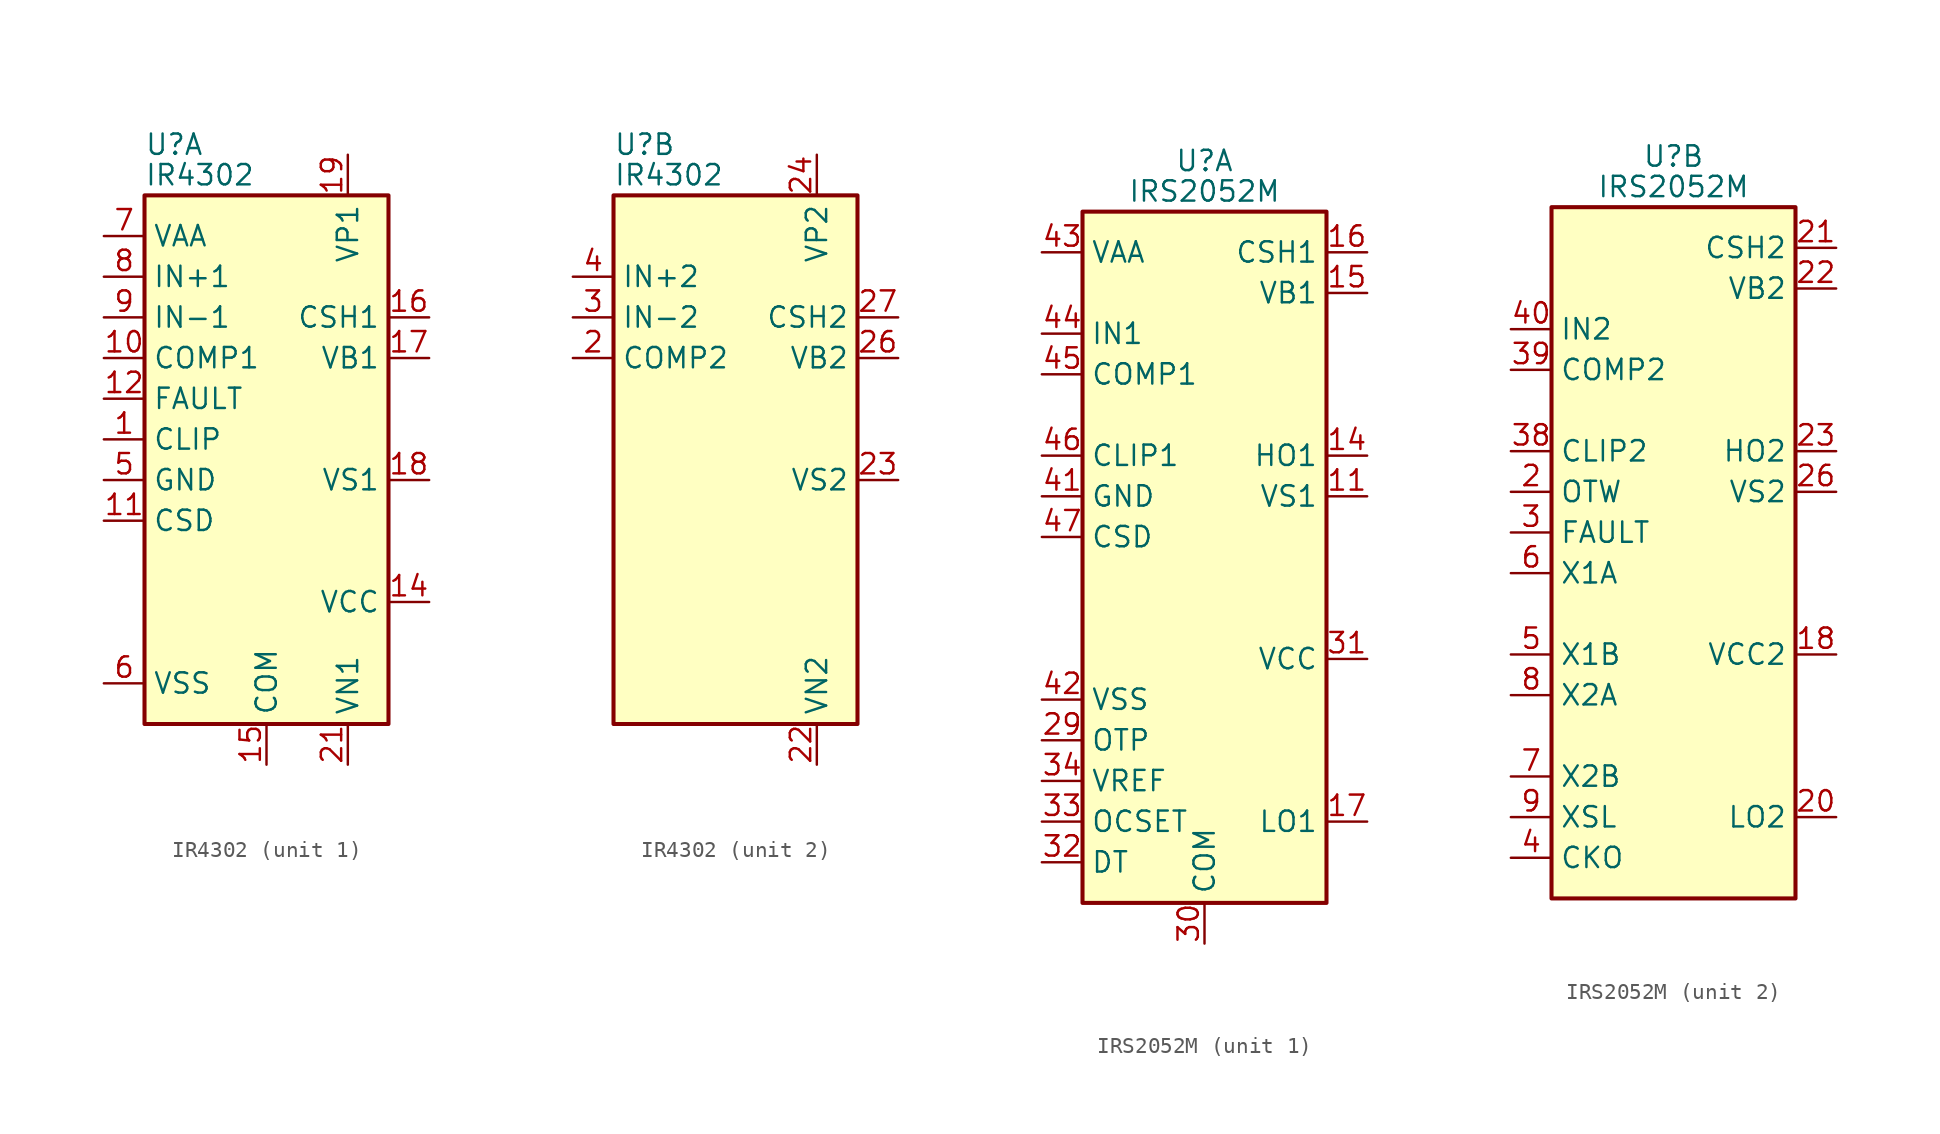
<source format=kicad_sym>
(kicad_symbol_lib
  (version 20201005)
  (generator kicad_symbol_editor)
  (symbol "Amplifier_Audio:IR4302"
    (property "Reference" "U"
      (at -7.62 20.955 0)
      (effects (font (size 1.27 1.27)) (justify left)))
    (property "Value" "IR4302"
      (at -7.62 19.05 0)
      (effects (font (size 1.27 1.27)) (justify left)))
    (property "ki_locked" ""
      (at 0 0 0)
      (effects (font (size 1.27 1.27))))
    (symbol "IR4302_0_1"
      (rectangle (start -7.62 -15.24) (end 7.62 17.78) (stroke (width 0.254)) (fill (type background))))
    (symbol "IR4302_1_1"
      (pin open_collector line (at -10.16 2.54 0) (length 2.54) (name "CLIP" (effects (font (size 1.27 1.27)))) (number "1" (effects (font (size 1.27 1.27)))))
      (pin output line (at -10.16 7.62 0) (length 2.54) (name "COMP1" (effects (font (size 1.27 1.27)))) (number "10" (effects (font (size 1.27 1.27)))))
      (pin passive line (at -10.16 -2.54 0) (length 2.54) (name "CSD" (effects (font (size 1.27 1.27)))) (number "11" (effects (font (size 1.27 1.27)))))
      (pin open_collector line (at -10.16 5.08 0) (length 2.54) (name "FAULT" (effects (font (size 1.27 1.27)))) (number "12" (effects (font (size 1.27 1.27)))))
      (pin no_connect line (at -7.62 -5.08 0) (length 2.54) hide (name "NC" (effects (font (size 1.27 1.27)))) (number "13" (effects (font (size 1.27 1.27)))))
      (pin power_in line (at 10.16 -7.62 180) (length 2.54) (name "VCC" (effects (font (size 1.27 1.27)))) (number "14" (effects (font (size 1.27 1.27)))))
      (pin power_in line (at 0 -17.78 90) (length 2.54) (name "COM" (effects (font (size 1.27 1.27)))) (number "15" (effects (font (size 1.27 1.27)))))
      (pin passive line (at 10.16 10.16 180) (length 2.54) (name "CSH1" (effects (font (size 1.27 1.27)))) (number "16" (effects (font (size 1.27 1.27)))))
      (pin power_in line (at 10.16 7.62 180) (length 2.54) (name "VB1" (effects (font (size 1.27 1.27)))) (number "17" (effects (font (size 1.27 1.27)))))
      (pin output line (at 10.16 0 180) (length 2.54) (name "VS1" (effects (font (size 1.27 1.27)))) (number "18" (effects (font (size 1.27 1.27)))))
      (pin power_in line (at 5.08 20.32 270) (length 2.54) (name "VP1" (effects (font (size 1.27 1.27)))) (number "19" (effects (font (size 1.27 1.27)))))
      (pin passive line (at 10.16 0 180) (length 2.54) hide (name "VS1" (effects (font (size 1.27 1.27)))) (number "20" (effects (font (size 1.27 1.27)))))
      (pin power_in line (at 5.08 -17.78 90) (length 2.54) (name "VN1" (effects (font (size 1.27 1.27)))) (number "21" (effects (font (size 1.27 1.27)))))
      (pin passive line (at 0 -17.78 90) (length 2.54) hide (name "COM" (effects (font (size 1.27 1.27)))) (number "28" (effects (font (size 1.27 1.27)))))
      (pin no_connect line (at -7.62 -7.62 0) (length 2.54) hide (name "NC" (effects (font (size 1.27 1.27)))) (number "29" (effects (font (size 1.27 1.27)))))
      (pin no_connect line (at -7.62 -10.16 0) (length 2.54) hide (name "NC" (effects (font (size 1.27 1.27)))) (number "30" (effects (font (size 1.27 1.27)))))
      (pin passive line (at 0 -17.78 90) (length 2.54) hide (name "COM" (effects (font (size 1.27 1.27)))) (number "31" (effects (font (size 1.27 1.27)))))
      (pin power_in line (at -10.16 0 0) (length 2.54) (name "GND" (effects (font (size 1.27 1.27)))) (number "5" (effects (font (size 1.27 1.27)))))
      (pin power_in line (at -10.16 -12.7 0) (length 2.54) (name "VSS" (effects (font (size 1.27 1.27)))) (number "6" (effects (font (size 1.27 1.27)))))
      (pin power_in line (at -10.16 15.24 0) (length 2.54) (name "VAA" (effects (font (size 1.27 1.27)))) (number "7" (effects (font (size 1.27 1.27)))))
      (pin input line (at -10.16 12.7 0) (length 2.54) (name "IN+1" (effects (font (size 1.27 1.27)))) (number "8" (effects (font (size 1.27 1.27)))))
      (pin input line (at -10.16 10.16 0) (length 2.54) (name "IN-1" (effects (font (size 1.27 1.27)))) (number "9" (effects (font (size 1.27 1.27))))))
    (symbol "IR4302_2_1"
      (pin output line (at -10.16 7.62 0) (length 2.54) (name "COMP2" (effects (font (size 1.27 1.27)))) (number "2" (effects (font (size 1.27 1.27)))))
      (pin power_in line (at 5.08 -17.78 90) (length 2.54) (name "VN2" (effects (font (size 1.27 1.27)))) (number "22" (effects (font (size 1.27 1.27)))))
      (pin output line (at 10.16 0 180) (length 2.54) (name "VS2" (effects (font (size 1.27 1.27)))) (number "23" (effects (font (size 1.27 1.27)))))
      (pin power_in line (at 5.08 20.32 270) (length 2.54) (name "VP2" (effects (font (size 1.27 1.27)))) (number "24" (effects (font (size 1.27 1.27)))))
      (pin passive line (at 10.16 0 180) (length 2.54) hide (name "VS2" (effects (font (size 1.27 1.27)))) (number "25" (effects (font (size 1.27 1.27)))))
      (pin power_in line (at 10.16 7.62 180) (length 2.54) (name "VB2" (effects (font (size 1.27 1.27)))) (number "26" (effects (font (size 1.27 1.27)))))
      (pin passive line (at 10.16 10.16 180) (length 2.54) (name "CSH2" (effects (font (size 1.27 1.27)))) (number "27" (effects (font (size 1.27 1.27)))))
      (pin input line (at -10.16 10.16 0) (length 2.54) (name "IN-2" (effects (font (size 1.27 1.27)))) (number "3" (effects (font (size 1.27 1.27)))))
      (pin input line (at -10.16 12.7 0) (length 2.54) (name "IN+2" (effects (font (size 1.27 1.27)))) (number "4" (effects (font (size 1.27 1.27)))))))
  (symbol "Amplifier_Audio:IRS2052M"
    (property "Reference" "U"
      (at 0 26.035 0)
      (effects (font (size 1.27 1.27))))
    (property "Value" "IRS2052M"
      (at 0 24.13 0)
      (effects (font (size 1.27 1.27))))
    (property "ki_locked" ""
      (at 0 0 0)
      (effects (font (size 1.27 1.27))))
    (symbol "IRS2052M_0_1"
      (rectangle (start -7.62 -20.32) (end 7.62 22.86) (stroke (width 0.254)) (fill (type background))))
    (symbol "IRS2052M_1_1"
      (pin no_connect line (at -7.62 17.78 0) (length 2.54) hide (name "NC" (effects (font (size 1.27 1.27)))) (number "1" (effects (font (size 1.27 1.27)))))
      (pin no_connect line (at -7.62 10.16 0) (length 2.54) hide (name "NC" (effects (font (size 1.27 1.27)))) (number "10" (effects (font (size 1.27 1.27)))))
      (pin passive line (at 10.16 5.08 180) (length 2.54) (name "VS1" (effects (font (size 1.27 1.27)))) (number "11" (effects (font (size 1.27 1.27)))))
      (pin no_connect line (at -7.62 0 0) (length 2.54) hide (name "NC" (effects (font (size 1.27 1.27)))) (number "12" (effects (font (size 1.27 1.27)))))
      (pin no_connect line (at -7.62 -2.54 0) (length 2.54) hide (name "NC" (effects (font (size 1.27 1.27)))) (number "13" (effects (font (size 1.27 1.27)))))
      (pin output line (at 10.16 7.62 180) (length 2.54) (name "HO1" (effects (font (size 1.27 1.27)))) (number "14" (effects (font (size 1.27 1.27)))))
      (pin power_in line (at 10.16 17.78 180) (length 2.54) (name "VB1" (effects (font (size 1.27 1.27)))) (number "15" (effects (font (size 1.27 1.27)))))
      (pin passive line (at 10.16 20.32 180) (length 2.54) (name "CSH1" (effects (font (size 1.27 1.27)))) (number "16" (effects (font (size 1.27 1.27)))))
      (pin output line (at 10.16 -15.24 180) (length 2.54) (name "LO1" (effects (font (size 1.27 1.27)))) (number "17" (effects (font (size 1.27 1.27)))))
      (pin passive line (at 0 -22.86 90) (length 2.54) hide (name "COM" (effects (font (size 1.27 1.27)))) (number "19" (effects (font (size 1.27 1.27)))))
      (pin no_connect line (at -7.62 -5.08 0) (length 2.54) hide (name "NC" (effects (font (size 1.27 1.27)))) (number "24" (effects (font (size 1.27 1.27)))))
      (pin no_connect line (at 7.62 15.24 180) (length 2.54) hide (name "NC" (effects (font (size 1.27 1.27)))) (number "25" (effects (font (size 1.27 1.27)))))
      (pin no_connect line (at 7.62 12.7 180) (length 2.54) hide (name "NC" (effects (font (size 1.27 1.27)))) (number "27" (effects (font (size 1.27 1.27)))))
      (pin no_connect line (at 7.62 10.16 180) (length 2.54) hide (name "NC" (effects (font (size 1.27 1.27)))) (number "28" (effects (font (size 1.27 1.27)))))
      (pin passive line (at -10.16 -10.16 0) (length 2.54) (name "OTP" (effects (font (size 1.27 1.27)))) (number "29" (effects (font (size 1.27 1.27)))))
      (pin power_in line (at 0 -22.86 90) (length 2.54) (name "COM" (effects (font (size 1.27 1.27)))) (number "30" (effects (font (size 1.27 1.27)))))
      (pin power_in line (at 10.16 -5.08 180) (length 2.54) (name "VCC" (effects (font (size 1.27 1.27)))) (number "31" (effects (font (size 1.27 1.27)))))
      (pin passive line (at -10.16 -17.78 0) (length 2.54) (name "DT" (effects (font (size 1.27 1.27)))) (number "32" (effects (font (size 1.27 1.27)))))
      (pin passive line (at -10.16 -15.24 0) (length 2.54) (name "OCSET" (effects (font (size 1.27 1.27)))) (number "33" (effects (font (size 1.27 1.27)))))
      (pin power_out line (at -10.16 -12.7 0) (length 2.54) (name "VREF" (effects (font (size 1.27 1.27)))) (number "34" (effects (font (size 1.27 1.27)))))
      (pin no_connect line (at 7.62 2.54 180) (length 2.54) hide (name "NC" (effects (font (size 1.27 1.27)))) (number "35" (effects (font (size 1.27 1.27)))))
      (pin no_connect line (at 7.62 0 180) (length 2.54) hide (name "NC" (effects (font (size 1.27 1.27)))) (number "36" (effects (font (size 1.27 1.27)))))
      (pin no_connect line (at 7.62 -2.54 180) (length 2.54) hide (name "NC" (effects (font (size 1.27 1.27)))) (number "37" (effects (font (size 1.27 1.27)))))
      (pin power_in line (at -10.16 5.08 0) (length 2.54) (name "GND" (effects (font (size 1.27 1.27)))) (number "41" (effects (font (size 1.27 1.27)))))
      (pin power_in line (at -10.16 -7.62 0) (length 2.54) (name "VSS" (effects (font (size 1.27 1.27)))) (number "42" (effects (font (size 1.27 1.27)))))
      (pin power_in line (at -10.16 20.32 0) (length 2.54) (name "VAA" (effects (font (size 1.27 1.27)))) (number "43" (effects (font (size 1.27 1.27)))))
      (pin input line (at -10.16 15.24 0) (length 2.54) (name "IN1" (effects (font (size 1.27 1.27)))) (number "44" (effects (font (size 1.27 1.27)))))
      (pin output line (at -10.16 12.7 0) (length 2.54) (name "COMP1" (effects (font (size 1.27 1.27)))) (number "45" (effects (font (size 1.27 1.27)))))
      (pin open_collector line (at -10.16 7.62 0) (length 2.54) (name "CLIP1" (effects (font (size 1.27 1.27)))) (number "46" (effects (font (size 1.27 1.27)))))
      (pin passive line (at -10.16 2.54 0) (length 2.54) (name "CSD" (effects (font (size 1.27 1.27)))) (number "47" (effects (font (size 1.27 1.27)))))
      (pin no_connect line (at 7.62 -7.62 180) (length 2.54) hide (name "NC" (effects (font (size 1.27 1.27)))) (number "48" (effects (font (size 1.27 1.27)))))
      (pin passive line (at 0 -22.86 90) (length 2.54) hide (name "COM" (effects (font (size 1.27 1.27)))) (number "49" (effects (font (size 1.27 1.27))))))
    (symbol "IRS2052M_2_1"
      (pin power_in line (at 10.16 -5.08 180) (length 2.54) (name "VCC2" (effects (font (size 1.27 1.27)))) (number "18" (effects (font (size 1.27 1.27)))))
      (pin open_collector line (at -10.16 5.08 0) (length 2.54) (name "OTW" (effects (font (size 1.27 1.27)))) (number "2" (effects (font (size 1.27 1.27)))))
      (pin output line (at 10.16 -15.24 180) (length 2.54) (name "LO2" (effects (font (size 1.27 1.27)))) (number "20" (effects (font (size 1.27 1.27)))))
      (pin passive line (at 10.16 20.32 180) (length 2.54) (name "CSH2" (effects (font (size 1.27 1.27)))) (number "21" (effects (font (size 1.27 1.27)))))
      (pin power_in line (at 10.16 17.78 180) (length 2.54) (name "VB2" (effects (font (size 1.27 1.27)))) (number "22" (effects (font (size 1.27 1.27)))))
      (pin output line (at 10.16 7.62 180) (length 2.54) (name "HO2" (effects (font (size 1.27 1.27)))) (number "23" (effects (font (size 1.27 1.27)))))
      (pin passive line (at 10.16 5.08 180) (length 2.54) (name "VS2" (effects (font (size 1.27 1.27)))) (number "26" (effects (font (size 1.27 1.27)))))
      (pin open_collector line (at -10.16 2.54 0) (length 2.54) (name "FAULT" (effects (font (size 1.27 1.27)))) (number "3" (effects (font (size 1.27 1.27)))))
      (pin open_collector line (at -10.16 7.62 0) (length 2.54) (name "CLIP2" (effects (font (size 1.27 1.27)))) (number "38" (effects (font (size 1.27 1.27)))))
      (pin output line (at -10.16 12.7 0) (length 2.54) (name "COMP2" (effects (font (size 1.27 1.27)))) (number "39" (effects (font (size 1.27 1.27)))))
      (pin output line (at -10.16 -17.78 0) (length 2.54) (name "CKO" (effects (font (size 1.27 1.27)))) (number "4" (effects (font (size 1.27 1.27)))))
      (pin input line (at -10.16 15.24 0) (length 2.54) (name "IN2" (effects (font (size 1.27 1.27)))) (number "40" (effects (font (size 1.27 1.27)))))
      (pin output line (at -10.16 -5.08 0) (length 2.54) (name "X1B" (effects (font (size 1.27 1.27)))) (number "5" (effects (font (size 1.27 1.27)))))
      (pin input line (at -10.16 0 0) (length 2.54) (name "X1A" (effects (font (size 1.27 1.27)))) (number "6" (effects (font (size 1.27 1.27)))))
      (pin output line (at -10.16 -12.7 0) (length 2.54) (name "X2B" (effects (font (size 1.27 1.27)))) (number "7" (effects (font (size 1.27 1.27)))))
      (pin input line (at -10.16 -7.62 0) (length 2.54) (name "X2A" (effects (font (size 1.27 1.27)))) (number "8" (effects (font (size 1.27 1.27)))))
      (pin input line (at -10.16 -15.24 0) (length 2.54) (name "XSL" (effects (font (size 1.27 1.27)))) (number "9" (effects (font (size 1.27 1.27))))))))
</source>
